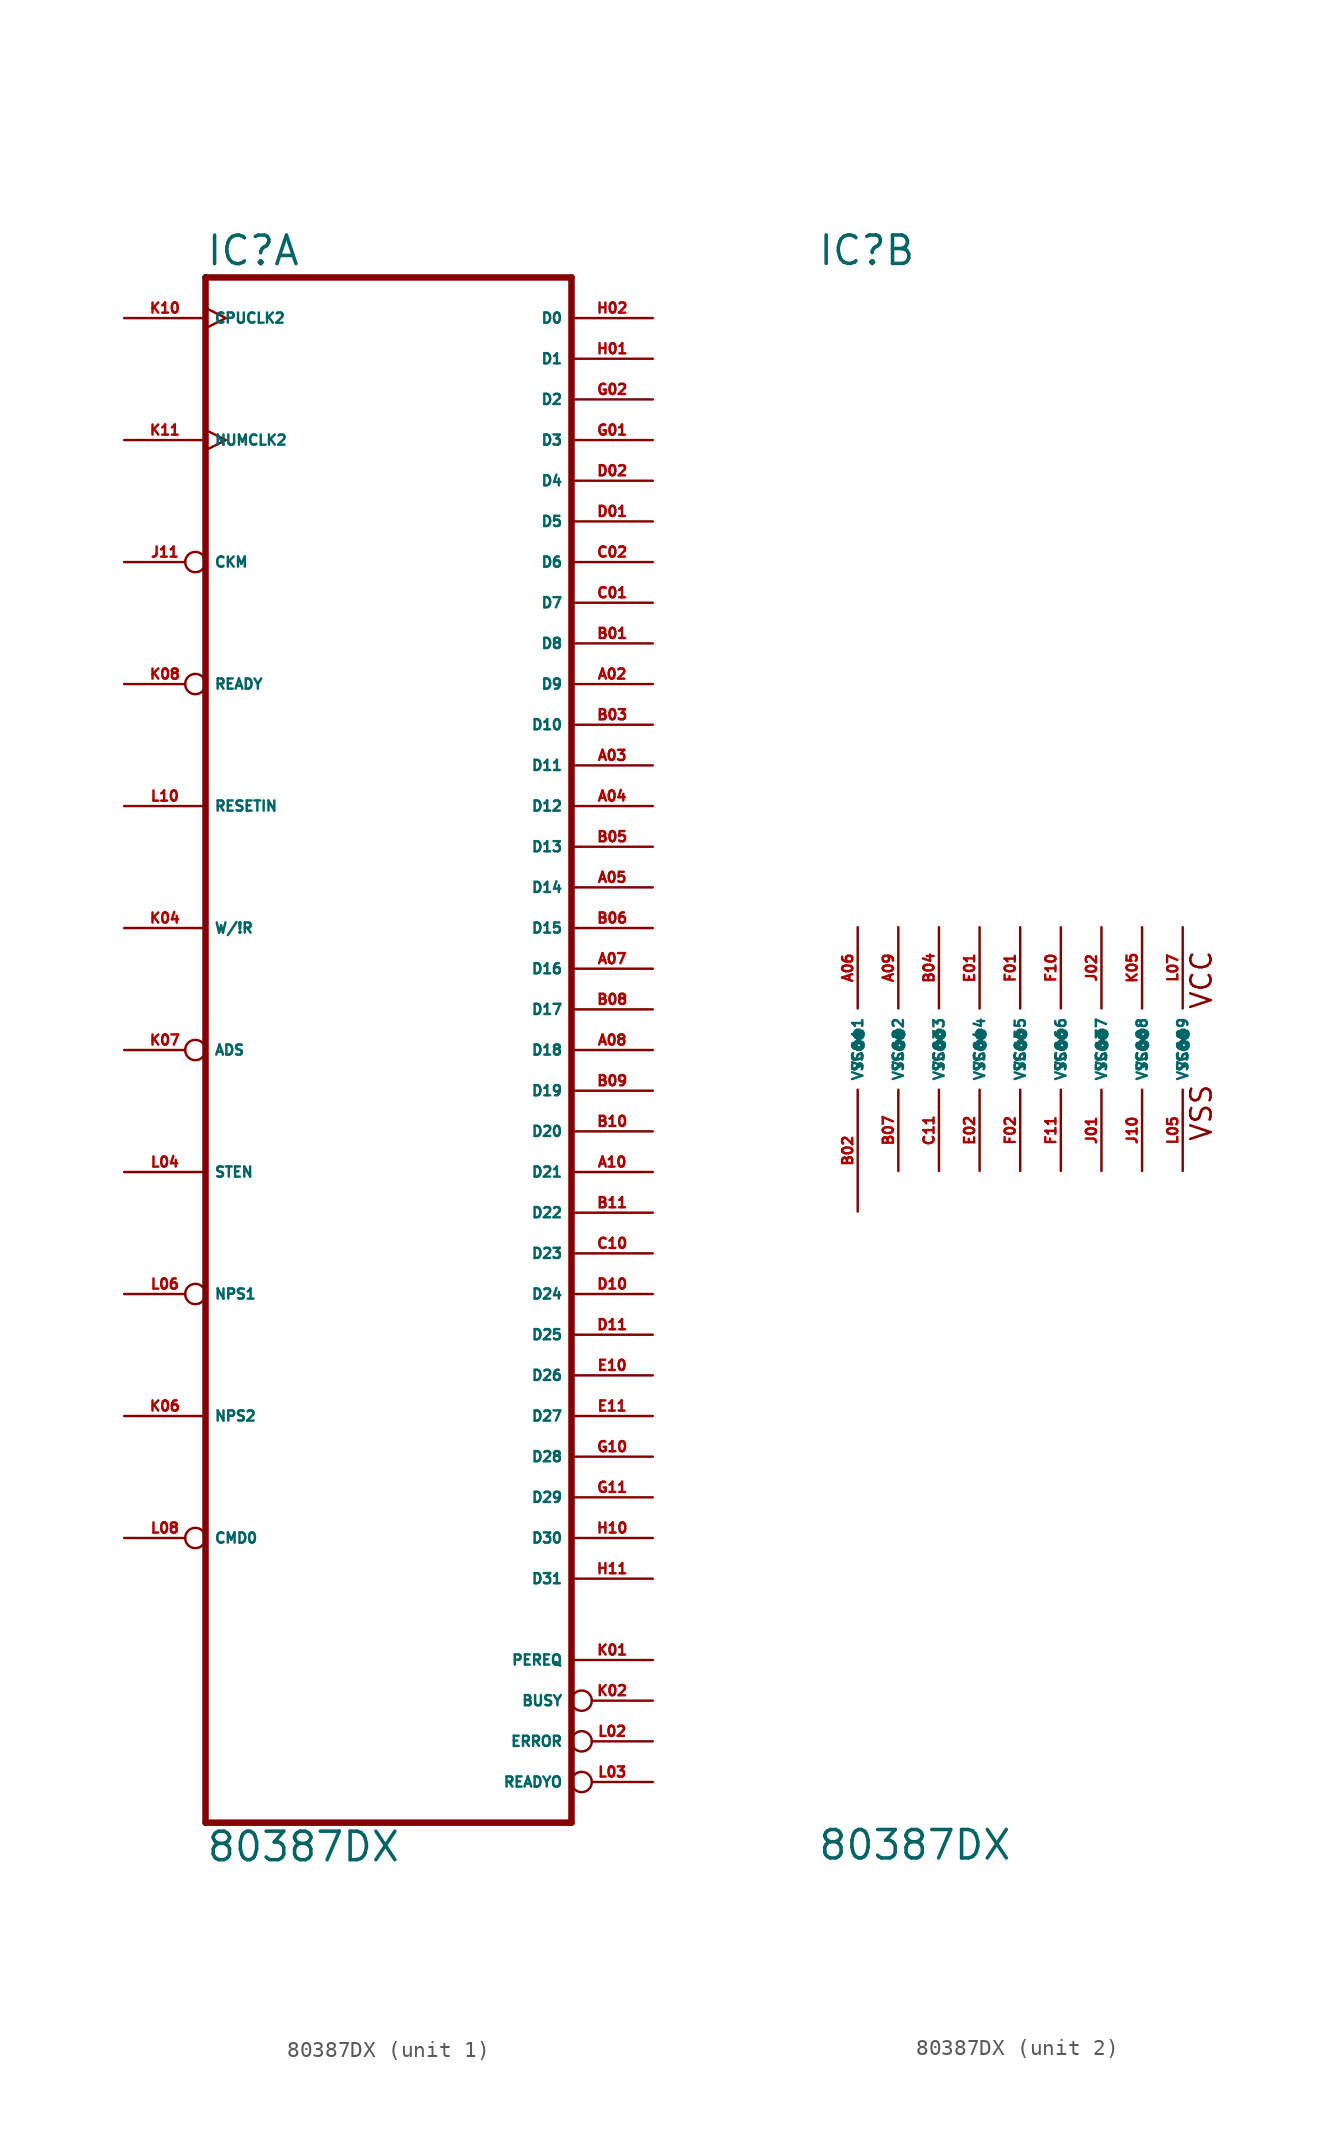
<source format=kicad_sym>
(kicad_symbol_lib
  (version 20220914)
  (generator Eagle2Kicad)
  (symbol "80387DX"
    (property "Reference" "IC"
      (at -12.7 48.895 0)
      (effects (font (size 1.778 1.778) (thickness 0.22)) (justify left bottom)))
    (property "Value" "80387DX"
      (at -12.7 -50.8 0)
      (effects (font (size 1.778 1.778) (thickness 0.22)) (justify left bottom)))
    (symbol "80387DX_1_0"
      (polyline (pts (xy -12.7 -48.26) (xy 10.16 -48.26)) (stroke (width 0.406) (type default)) (fill (type none)))
      (polyline (pts (xy 10.16 48.26) (xy 10.16 -48.26)) (stroke (width 0.406) (type default)) (fill (type none)))
      (polyline (pts (xy 10.16 48.26) (xy -12.7 48.26)) (stroke (width 0.406) (type default)) (fill (type none)))
      (polyline (pts (xy -12.7 -48.26) (xy -12.7 48.26)) (stroke (width 0.406) (type default)) (fill (type none)))
      (pin input clock (at -17.78 45.72 0) (length 5.08) (name "CPUCLK2" (effects (font (size 0.635 0.635) (thickness 0.08)) (justify left bottom))) (number "K10" (effects (font (size 0.635 0.635) (thickness 0.08)) (justify left bottom))))
      (pin bidirectional line (at 15.24 45.72 180) (length 5.08) (name "D0" (effects (font (size 0.635 0.635) (thickness 0.08)) (justify left bottom))) (number "H02" (effects (font (size 0.635 0.635) (thickness 0.08)) (justify left bottom))))
      (pin bidirectional line (at 15.24 43.18 180) (length 5.08) (name "D1" (effects (font (size 0.635 0.635) (thickness 0.08)) (justify left bottom))) (number "H01" (effects (font (size 0.635 0.635) (thickness 0.08)) (justify left bottom))))
      (pin bidirectional line (at 15.24 40.64 180) (length 5.08) (name "D2" (effects (font (size 0.635 0.635) (thickness 0.08)) (justify left bottom))) (number "G02" (effects (font (size 0.635 0.635) (thickness 0.08)) (justify left bottom))))
      (pin bidirectional line (at 15.24 38.1 180) (length 5.08) (name "D3" (effects (font (size 0.635 0.635) (thickness 0.08)) (justify left bottom))) (number "G01" (effects (font (size 0.635 0.635) (thickness 0.08)) (justify left bottom))))
      (pin bidirectional line (at 15.24 35.56 180) (length 5.08) (name "D4" (effects (font (size 0.635 0.635) (thickness 0.08)) (justify left bottom))) (number "D02" (effects (font (size 0.635 0.635) (thickness 0.08)) (justify left bottom))))
      (pin bidirectional line (at 15.24 33.02 180) (length 5.08) (name "D5" (effects (font (size 0.635 0.635) (thickness 0.08)) (justify left bottom))) (number "D01" (effects (font (size 0.635 0.635) (thickness 0.08)) (justify left bottom))))
      (pin bidirectional line (at 15.24 30.48 180) (length 5.08) (name "D6" (effects (font (size 0.635 0.635) (thickness 0.08)) (justify left bottom))) (number "C02" (effects (font (size 0.635 0.635) (thickness 0.08)) (justify left bottom))))
      (pin bidirectional line (at 15.24 27.94 180) (length 5.08) (name "D7" (effects (font (size 0.635 0.635) (thickness 0.08)) (justify left bottom))) (number "C01" (effects (font (size 0.635 0.635) (thickness 0.08)) (justify left bottom))))
      (pin bidirectional line (at 15.24 25.4 180) (length 5.08) (name "D8" (effects (font (size 0.635 0.635) (thickness 0.08)) (justify left bottom))) (number "B01" (effects (font (size 0.635 0.635) (thickness 0.08)) (justify left bottom))))
      (pin bidirectional line (at 15.24 22.86 180) (length 5.08) (name "D9" (effects (font (size 0.635 0.635) (thickness 0.08)) (justify left bottom))) (number "A02" (effects (font (size 0.635 0.635) (thickness 0.08)) (justify left bottom))))
      (pin bidirectional line (at 15.24 20.32 180) (length 5.08) (name "D10" (effects (font (size 0.635 0.635) (thickness 0.08)) (justify left bottom))) (number "B03" (effects (font (size 0.635 0.635) (thickness 0.08)) (justify left bottom))))
      (pin bidirectional line (at 15.24 17.78 180) (length 5.08) (name "D11" (effects (font (size 0.635 0.635) (thickness 0.08)) (justify left bottom))) (number "A03" (effects (font (size 0.635 0.635) (thickness 0.08)) (justify left bottom))))
      (pin bidirectional line (at 15.24 15.24 180) (length 5.08) (name "D12" (effects (font (size 0.635 0.635) (thickness 0.08)) (justify left bottom))) (number "A04" (effects (font (size 0.635 0.635) (thickness 0.08)) (justify left bottom))))
      (pin bidirectional line (at 15.24 12.7 180) (length 5.08) (name "D13" (effects (font (size 0.635 0.635) (thickness 0.08)) (justify left bottom))) (number "B05" (effects (font (size 0.635 0.635) (thickness 0.08)) (justify left bottom))))
      (pin bidirectional line (at 15.24 10.16 180) (length 5.08) (name "D14" (effects (font (size 0.635 0.635) (thickness 0.08)) (justify left bottom))) (number "A05" (effects (font (size 0.635 0.635) (thickness 0.08)) (justify left bottom))))
      (pin bidirectional line (at 15.24 7.62 180) (length 5.08) (name "D15" (effects (font (size 0.635 0.635) (thickness 0.08)) (justify left bottom))) (number "B06" (effects (font (size 0.635 0.635) (thickness 0.08)) (justify left bottom))))
      (pin bidirectional line (at 15.24 5.08 180) (length 5.08) (name "D16" (effects (font (size 0.635 0.635) (thickness 0.08)) (justify left bottom))) (number "A07" (effects (font (size 0.635 0.635) (thickness 0.08)) (justify left bottom))))
      (pin bidirectional line (at 15.24 2.54 180) (length 5.08) (name "D17" (effects (font (size 0.635 0.635) (thickness 0.08)) (justify left bottom))) (number "B08" (effects (font (size 0.635 0.635) (thickness 0.08)) (justify left bottom))))
      (pin bidirectional line (at 15.24 0 180) (length 5.08) (name "D18" (effects (font (size 0.635 0.635) (thickness 0.08)) (justify left bottom))) (number "A08" (effects (font (size 0.635 0.635) (thickness 0.08)) (justify left bottom))))
      (pin bidirectional line (at 15.24 -2.54 180) (length 5.08) (name "D19" (effects (font (size 0.635 0.635) (thickness 0.08)) (justify left bottom))) (number "B09" (effects (font (size 0.635 0.635) (thickness 0.08)) (justify left bottom))))
      (pin bidirectional line (at 15.24 -5.08 180) (length 5.08) (name "D20" (effects (font (size 0.635 0.635) (thickness 0.08)) (justify left bottom))) (number "B10" (effects (font (size 0.635 0.635) (thickness 0.08)) (justify left bottom))))
      (pin bidirectional line (at 15.24 -7.62 180) (length 5.08) (name "D21" (effects (font (size 0.635 0.635) (thickness 0.08)) (justify left bottom))) (number "A10" (effects (font (size 0.635 0.635) (thickness 0.08)) (justify left bottom))))
      (pin bidirectional line (at 15.24 -10.16 180) (length 5.08) (name "D22" (effects (font (size 0.635 0.635) (thickness 0.08)) (justify left bottom))) (number "B11" (effects (font (size 0.635 0.635) (thickness 0.08)) (justify left bottom))))
      (pin bidirectional line (at 15.24 -12.7 180) (length 5.08) (name "D23" (effects (font (size 0.635 0.635) (thickness 0.08)) (justify left bottom))) (number "C10" (effects (font (size 0.635 0.635) (thickness 0.08)) (justify left bottom))))
      (pin bidirectional line (at 15.24 -15.24 180) (length 5.08) (name "D24" (effects (font (size 0.635 0.635) (thickness 0.08)) (justify left bottom))) (number "D10" (effects (font (size 0.635 0.635) (thickness 0.08)) (justify left bottom))))
      (pin bidirectional line (at 15.24 -17.78 180) (length 5.08) (name "D25" (effects (font (size 0.635 0.635) (thickness 0.08)) (justify left bottom))) (number "D11" (effects (font (size 0.635 0.635) (thickness 0.08)) (justify left bottom))))
      (pin bidirectional line (at 15.24 -20.32 180) (length 5.08) (name "D26" (effects (font (size 0.635 0.635) (thickness 0.08)) (justify left bottom))) (number "E10" (effects (font (size 0.635 0.635) (thickness 0.08)) (justify left bottom))))
      (pin bidirectional line (at 15.24 -22.86 180) (length 5.08) (name "D27" (effects (font (size 0.635 0.635) (thickness 0.08)) (justify left bottom))) (number "E11" (effects (font (size 0.635 0.635) (thickness 0.08)) (justify left bottom))))
      (pin bidirectional line (at 15.24 -25.4 180) (length 5.08) (name "D28" (effects (font (size 0.635 0.635) (thickness 0.08)) (justify left bottom))) (number "G10" (effects (font (size 0.635 0.635) (thickness 0.08)) (justify left bottom))))
      (pin bidirectional line (at 15.24 -27.94 180) (length 5.08) (name "D29" (effects (font (size 0.635 0.635) (thickness 0.08)) (justify left bottom))) (number "G11" (effects (font (size 0.635 0.635) (thickness 0.08)) (justify left bottom))))
      (pin bidirectional line (at 15.24 -30.48 180) (length 5.08) (name "D30" (effects (font (size 0.635 0.635) (thickness 0.08)) (justify left bottom))) (number "H10" (effects (font (size 0.635 0.635) (thickness 0.08)) (justify left bottom))))
      (pin bidirectional line (at 15.24 -33.02 180) (length 5.08) (name "D31" (effects (font (size 0.635 0.635) (thickness 0.08)) (justify left bottom))) (number "H11" (effects (font (size 0.635 0.635) (thickness 0.08)) (justify left bottom))))
      (pin input clock (at -17.78 38.1 0) (length 5.08) (name "NUMCLK2" (effects (font (size 0.635 0.635) (thickness 0.08)) (justify left bottom))) (number "K11" (effects (font (size 0.635 0.635) (thickness 0.08)) (justify left bottom))))
      (pin input inverted (at -17.78 30.48 0) (length 5.08) (name "CKM" (effects (font (size 0.635 0.635) (thickness 0.08)) (justify left bottom))) (number "J11" (effects (font (size 0.635 0.635) (thickness 0.08)) (justify left bottom))))
      (pin input inverted (at -17.78 22.86 0) (length 5.08) (name "READY" (effects (font (size 0.635 0.635) (thickness 0.08)) (justify left bottom))) (number "K08" (effects (font (size 0.635 0.635) (thickness 0.08)) (justify left bottom))))
      (pin input line (at -17.78 15.24 0) (length 5.08) (name "RESETIN" (effects (font (size 0.635 0.635) (thickness 0.08)) (justify left bottom))) (number "L10" (effects (font (size 0.635 0.635) (thickness 0.08)) (justify left bottom))))
      (pin input inverted (at -17.78 0 0) (length 5.08) (name "ADS" (effects (font (size 0.635 0.635) (thickness 0.08)) (justify left bottom))) (number "K07" (effects (font (size 0.635 0.635) (thickness 0.08)) (justify left bottom))))
      (pin input line (at -17.78 7.62 0) (length 5.08) (name "W/!R" (effects (font (size 0.635 0.635) (thickness 0.08)) (justify left bottom))) (number "K04" (effects (font (size 0.635 0.635) (thickness 0.08)) (justify left bottom))))
      (pin output inverted (at 15.24 -40.64 180) (length 5.08) (name "BUSY" (effects (font (size 0.635 0.635) (thickness 0.08)) (justify left bottom))) (number "K02" (effects (font (size 0.635 0.635) (thickness 0.08)) (justify left bottom))))
      (pin output line (at 15.24 -38.1 180) (length 5.08) (name "PEREQ" (effects (font (size 0.635 0.635) (thickness 0.08)) (justify left bottom))) (number "K01" (effects (font (size 0.635 0.635) (thickness 0.08)) (justify left bottom))))
      (pin output inverted (at 15.24 -43.18 180) (length 5.08) (name "ERROR" (effects (font (size 0.635 0.635) (thickness 0.08)) (justify left bottom))) (number "L02" (effects (font (size 0.635 0.635) (thickness 0.08)) (justify left bottom))))
      (pin output inverted (at 15.24 -45.72 180) (length 5.08) (name "READYO" (effects (font (size 0.635 0.635) (thickness 0.08)) (justify left bottom))) (number "L03" (effects (font (size 0.635 0.635) (thickness 0.08)) (justify left bottom))))
      (pin input inverted (at -17.78 -15.24 0) (length 5.08) (name "NPS1" (effects (font (size 0.635 0.635) (thickness 0.08)) (justify left bottom))) (number "L06" (effects (font (size 0.635 0.635) (thickness 0.08)) (justify left bottom))))
      (pin input line (at -17.78 -22.86 0) (length 5.08) (name "NPS2" (effects (font (size 0.635 0.635) (thickness 0.08)) (justify left bottom))) (number "K06" (effects (font (size 0.635 0.635) (thickness 0.08)) (justify left bottom))))
      (pin input inverted (at -17.78 -30.48 0) (length 5.08) (name "CMD0" (effects (font (size 0.635 0.635) (thickness 0.08)) (justify left bottom))) (number "L08" (effects (font (size 0.635 0.635) (thickness 0.08)) (justify left bottom))))
      (pin input line (at -17.78 -7.62 0) (length 5.08) (name "STEN" (effects (font (size 0.635 0.635) (thickness 0.08)) (justify left bottom))) (number "L04" (effects (font (size 0.635 0.635) (thickness 0.08)) (justify left bottom)))))
    (symbol "80387DX_2_0"
      (text "VCC" (at 12.065 2.413 900) (effects (font (size 1.27 1.27) (thickness 0.16)) (justify left bottom)))
      (text "VSS" (at 12.065 -5.842 900) (effects (font (size 1.27 1.27) (thickness 0.16)) (justify left bottom)))
      (pin unspecified line (at -10.16 7.62 270) (length 5.08) (name "VCC@1" (effects (font (size 0.635 0.635) (thickness 0.08)) (justify left bottom))) (number "A06" (effects (font (size 0.635 0.635) (thickness 0.08)) (justify left bottom))))
      (pin unspecified line (at -7.62 7.62 270) (length 5.08) (name "VCC@2" (effects (font (size 0.635 0.635) (thickness 0.08)) (justify left bottom))) (number "A09" (effects (font (size 0.635 0.635) (thickness 0.08)) (justify left bottom))))
      (pin unspecified line (at -5.08 7.62 270) (length 5.08) (name "VCC@3" (effects (font (size 0.635 0.635) (thickness 0.08)) (justify left bottom))) (number "B04" (effects (font (size 0.635 0.635) (thickness 0.08)) (justify left bottom))))
      (pin unspecified line (at -2.54 7.62 270) (length 5.08) (name "VCC@4" (effects (font (size 0.635 0.635) (thickness 0.08)) (justify left bottom))) (number "E01" (effects (font (size 0.635 0.635) (thickness 0.08)) (justify left bottom))))
      (pin unspecified line (at 0 7.62 270) (length 5.08) (name "VCC@5" (effects (font (size 0.635 0.635) (thickness 0.08)) (justify left bottom))) (number "F01" (effects (font (size 0.635 0.635) (thickness 0.08)) (justify left bottom))))
      (pin unspecified line (at 2.54 7.62 270) (length 5.08) (name "VCC@6" (effects (font (size 0.635 0.635) (thickness 0.08)) (justify left bottom))) (number "F10" (effects (font (size 0.635 0.635) (thickness 0.08)) (justify left bottom))))
      (pin unspecified line (at 5.08 7.62 270) (length 5.08) (name "VCC@7" (effects (font (size 0.635 0.635) (thickness 0.08)) (justify left bottom))) (number "J02" (effects (font (size 0.635 0.635) (thickness 0.08)) (justify left bottom))))
      (pin unspecified line (at 7.62 7.62 270) (length 5.08) (name "VCC@8" (effects (font (size 0.635 0.635) (thickness 0.08)) (justify left bottom))) (number "K05" (effects (font (size 0.635 0.635) (thickness 0.08)) (justify left bottom))))
      (pin unspecified line (at 10.16 7.62 270) (length 5.08) (name "VCC@9" (effects (font (size 0.635 0.635) (thickness 0.08)) (justify left bottom))) (number "L07" (effects (font (size 0.635 0.635) (thickness 0.08)) (justify left bottom))))
      (pin unspecified line (at 10.16 -7.62 90) (length 5.08) (name "VSS@9" (effects (font (size 0.635 0.635) (thickness 0.08)) (justify left bottom))) (number "L05" (effects (font (size 0.635 0.635) (thickness 0.08)) (justify left bottom))))
      (pin unspecified line (at 7.62 -7.62 90) (length 5.08) (name "VSS@8" (effects (font (size 0.635 0.635) (thickness 0.08)) (justify left bottom))) (number "J10" (effects (font (size 0.635 0.635) (thickness 0.08)) (justify left bottom))))
      (pin unspecified line (at 5.08 -7.62 90) (length 5.08) (name "VSS@7" (effects (font (size 0.635 0.635) (thickness 0.08)) (justify left bottom))) (number "J01" (effects (font (size 0.635 0.635) (thickness 0.08)) (justify left bottom))))
      (pin unspecified line (at 2.54 -7.62 90) (length 5.08) (name "VSS@6" (effects (font (size 0.635 0.635) (thickness 0.08)) (justify left bottom))) (number "F11" (effects (font (size 0.635 0.635) (thickness 0.08)) (justify left bottom))))
      (pin unspecified line (at 0 -7.62 90) (length 5.08) (name "VSS@5" (effects (font (size 0.635 0.635) (thickness 0.08)) (justify left bottom))) (number "F02" (effects (font (size 0.635 0.635) (thickness 0.08)) (justify left bottom))))
      (pin unspecified line (at -2.54 -7.62 90) (length 5.08) (name "VSS@4" (effects (font (size 0.635 0.635) (thickness 0.08)) (justify left bottom))) (number "E02" (effects (font (size 0.635 0.635) (thickness 0.08)) (justify left bottom))))
      (pin unspecified line (at -5.08 -7.62 90) (length 5.08) (name "VSS@3" (effects (font (size 0.635 0.635) (thickness 0.08)) (justify left bottom))) (number "C11" (effects (font (size 0.635 0.635) (thickness 0.08)) (justify left bottom))))
      (pin unspecified line (at -7.62 -7.62 90) (length 5.08) (name "VSS@2" (effects (font (size 0.635 0.635) (thickness 0.08)) (justify left bottom))) (number "B07" (effects (font (size 0.635 0.635) (thickness 0.08)) (justify left bottom))))
      (pin unspecified line (at -10.16 -10.16 90) (length 7.62) (name "VSS@1" (effects (font (size 0.635 0.635) (thickness 0.08)) (justify left bottom))) (number "B02" (effects (font (size 0.635 0.635) (thickness 0.08)) (justify left bottom)))))))
</source>
